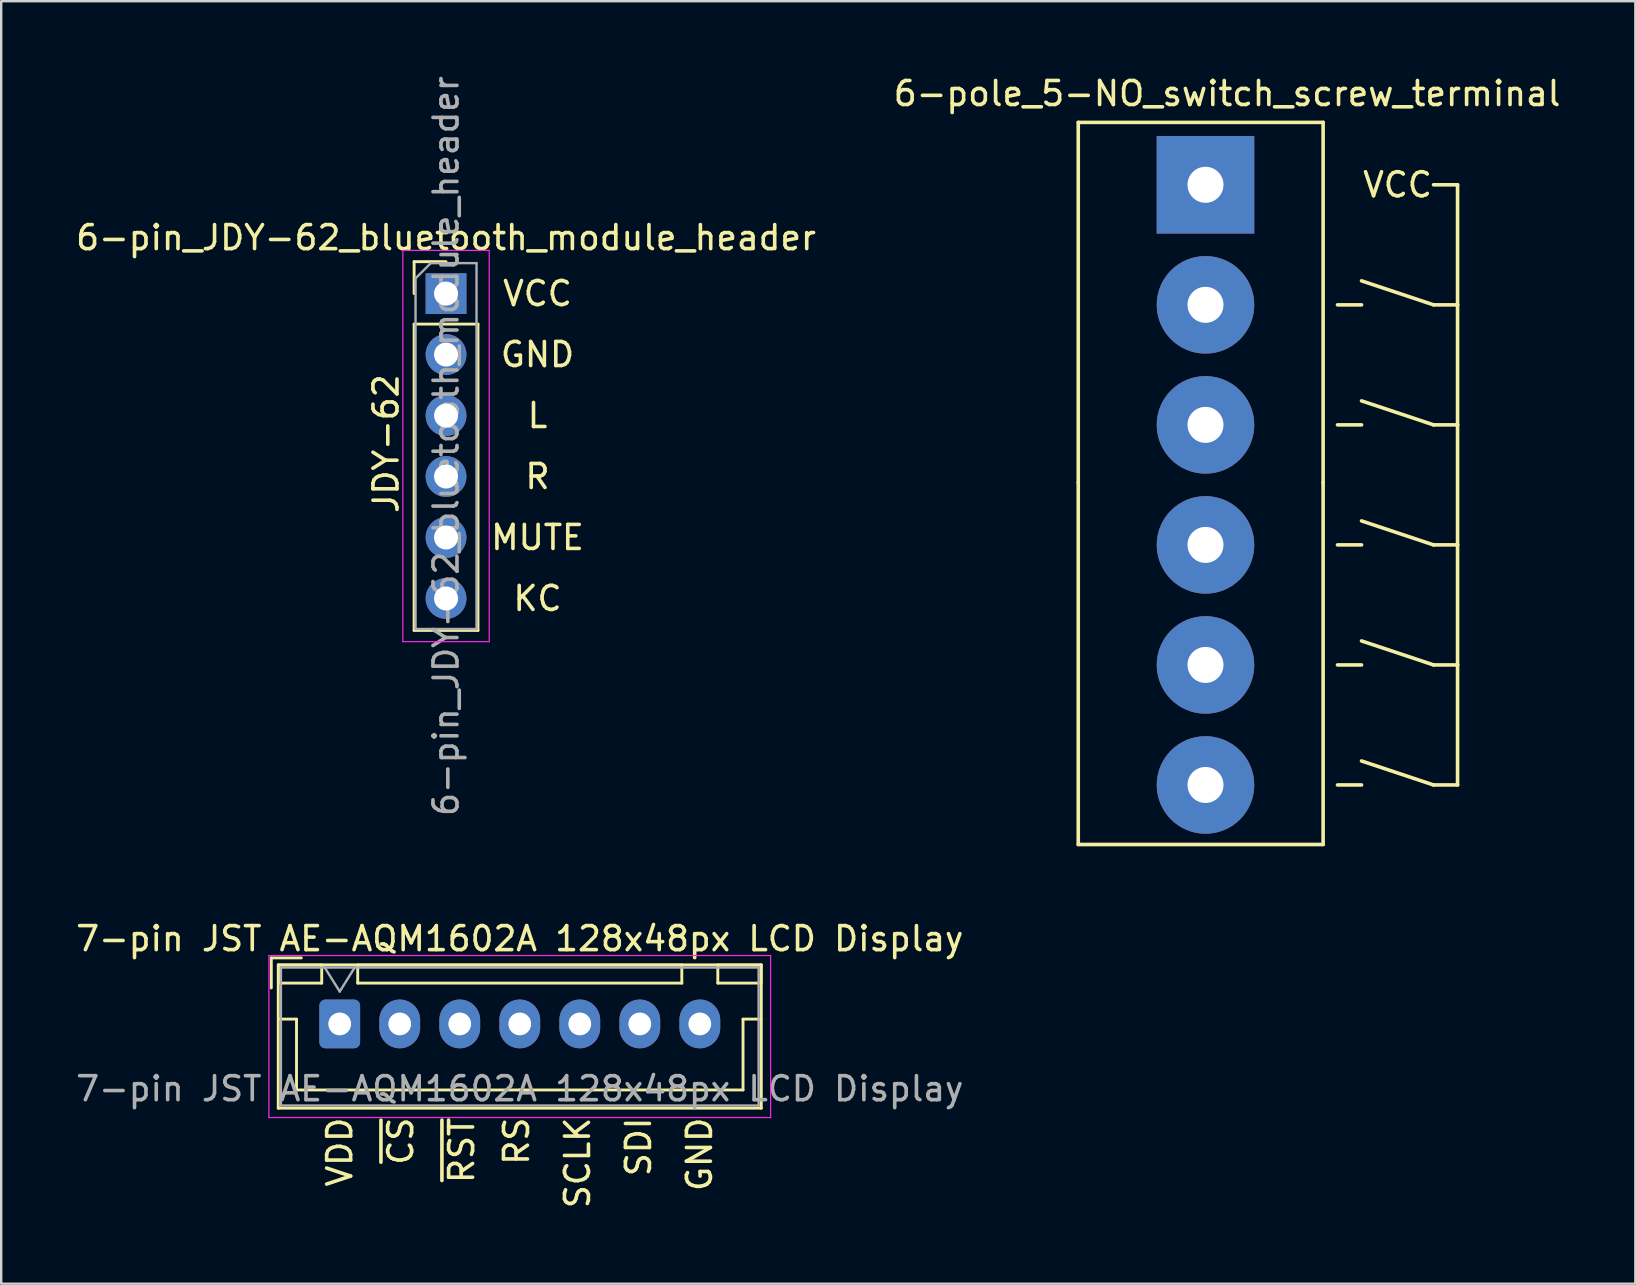
<source format=kicad_pcb>
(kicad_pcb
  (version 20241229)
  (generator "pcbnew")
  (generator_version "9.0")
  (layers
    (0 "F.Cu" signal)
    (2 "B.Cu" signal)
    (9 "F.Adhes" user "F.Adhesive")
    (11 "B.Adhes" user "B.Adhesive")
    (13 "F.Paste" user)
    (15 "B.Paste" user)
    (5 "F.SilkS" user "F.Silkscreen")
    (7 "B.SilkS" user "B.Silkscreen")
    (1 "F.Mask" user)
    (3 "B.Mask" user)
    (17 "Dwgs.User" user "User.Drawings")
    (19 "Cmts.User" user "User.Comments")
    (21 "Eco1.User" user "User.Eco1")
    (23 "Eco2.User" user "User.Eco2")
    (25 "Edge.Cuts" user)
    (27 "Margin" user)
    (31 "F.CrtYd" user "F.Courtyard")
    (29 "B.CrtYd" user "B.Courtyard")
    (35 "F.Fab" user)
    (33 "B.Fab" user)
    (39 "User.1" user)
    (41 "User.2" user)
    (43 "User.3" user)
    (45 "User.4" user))
  (footprint "6-pole_5-NO_switch_screw_terminal"
    (layer "F.Cu")
    (at 47.165 4.648)
    (property "Reference" "6-pole_5-NO_switch_screw_terminal" (at 0.9 -3.8 0) (layer "F.SilkS") (effects (font (size 1 1) (thickness 0.15))))
    (attr through_hole)
    (fp_line (start -5.3 -2.6) (end 4.9 -2.6) (stroke (width 0.15) (type solid)) (layer "F.SilkS"))
    (fp_line (start -5.3 12.4) (end -5.3 -2.6) (stroke (width 0.15) (type solid)) (layer "F.SilkS"))
    (fp_line (start -5.3 12.4) (end -5.3 27.48) (stroke (width 0.15) (type solid)) (layer "F.SilkS"))
    (fp_line (start 4.9 -2.6) (end 4.9 12.4) (stroke (width 0.15) (type solid)) (layer "F.SilkS"))
    (fp_line (start 4.9 27.48) (end -5.3 27.48) (stroke (width 0.15) (type solid)) (layer "F.SilkS"))
    (fp_line (start 4.9 27.48) (end 4.9 12.4) (stroke (width 0.15) (type solid)) (layer "F.SilkS"))
    (fp_line (start 5.5 5) (end 6.5 5) (stroke (width 0.15) (type solid)) (layer "F.SilkS"))
    (fp_line (start 5.5 10) (end 6.5 10) (stroke (width 0.15) (type solid)) (layer "F.SilkS"))
    (fp_line (start 5.5 15) (end 6.5 15) (stroke (width 0.15) (type solid)) (layer "F.SilkS"))
    (fp_line (start 5.5 20) (end 6.5 20) (stroke (width 0.15) (type solid)) (layer "F.SilkS"))
    (fp_line (start 5.5 25) (end 6.5 25) (stroke (width 0.15) (type solid)) (layer "F.SilkS"))
    (fp_line (start 6.5 4) (end 9.5 5) (stroke (width 0.15) (type solid)) (layer "F.SilkS"))
    (fp_line (start 6.5 9) (end 9.5 10) (stroke (width 0.15) (type solid)) (layer "F.SilkS"))
    (fp_line (start 6.5 14) (end 9.5 15) (stroke (width 0.15) (type solid)) (layer "F.SilkS"))
    (fp_line (start 6.5 19) (end 9.5 20) (stroke (width 0.15) (type solid)) (layer "F.SilkS"))
    (fp_line (start 6.5 24) (end 9.5 25) (stroke (width 0.15) (type solid)) (layer "F.SilkS"))
    (fp_line (start 9.5 5) (end 10.5 5) (stroke (width 0.15) (type solid)) (layer "F.SilkS"))
    (fp_line (start 9.5 10) (end 10.5 10) (stroke (width 0.15) (type solid)) (layer "F.SilkS"))
    (fp_line (start 9.5 15) (end 10.5 15) (stroke (width 0.15) (type solid)) (layer "F.SilkS"))
    (fp_line (start 9.5 20) (end 10.5 20) (stroke (width 0.15) (type solid)) (layer "F.SilkS"))
    (fp_line (start 9.5 25) (end 10.5 25) (stroke (width 0.15) (type solid)) (layer "F.SilkS"))
    (fp_line (start 10.5 0) (end 9.5 0) (stroke (width 0.15) (type solid)) (layer "F.SilkS"))
    (fp_line (start 10.5 5) (end 10.5 0) (stroke (width 0.15) (type solid)) (layer "F.SilkS"))
    (fp_line (start 10.5 10) (end 10.5 5) (stroke (width 0.15) (type solid)) (layer "F.SilkS"))
    (fp_line (start 10.5 15) (end 10.5 10) (stroke (width 0.15) (type solid)) (layer "F.SilkS"))
    (fp_line (start 10.5 20) (end 10.5 15) (stroke (width 0.15) (type solid)) (layer "F.SilkS"))
    (fp_line (start 10.5 25) (end 10.5 20) (stroke (width 0.15) (type solid)) (layer "F.SilkS"))
    (fp_text user "VCC" (at 8 0 0) (layer "F.SilkS") (effects (font (size 1 1) (thickness 0.15))))
    (pad "1" thru_hole rect (at 0 0) (size 4.064 4.064) (drill 1.5) (layers "*.Cu" "*.Mask"))
    (pad "2" thru_hole circle (at 0 5) (size 4.064 4.064) (drill 1.5) (layers "*.Cu" "*.Mask"))
    (pad "3" thru_hole circle (at 0 10) (size 4.064 4.064) (drill 1.5) (layers "*.Cu" "*.Mask"))
    (pad "4" thru_hole circle (at 0 15) (size 4.064 4.064) (drill 1.5) (layers "*.Cu" "*.Mask"))
    (pad "5" thru_hole circle (at 0 20) (size 4.064 4.064) (drill 1.5) (layers "*.Cu" "*.Mask"))
    (pad "6" thru_hole circle (at 0 25) (size 4.064 4.064) (drill 1.5) (layers "*.Cu" "*.Mask")))
  (footprint "7-pin JST AE-AQM1602A 128x48px LCD Display"
    (layer "F.Cu")
    (at 11.101 39.602)
    (property "Reference" "7-pin JST AE-AQM1602A 128x48px LCD Display" (at 7.5 -3.55 0) (layer "F.SilkS") (effects (font (size 1 1) (thickness 0.15))))
    (attr through_hole)
    (fp_line (start -2.85 -2.75) (end -2.85 -1.5) (stroke (width 0.12) (type solid)) (layer "F.SilkS"))
    (fp_line (start -2.56 -2.46) (end -2.56 3.51) (stroke (width 0.12) (type solid)) (layer "F.SilkS"))
    (fp_line (start -2.56 3.51) (end 17.56 3.51) (stroke (width 0.12) (type solid)) (layer "F.SilkS"))
    (fp_line (start -2.55 -2.45) (end -2.55 -1.7) (stroke (width 0.12) (type solid)) (layer "F.SilkS"))
    (fp_line (start -2.55 -1.7) (end -0.75 -1.7) (stroke (width 0.12) (type solid)) (layer "F.SilkS"))
    (fp_line (start -2.55 -0.2) (end -1.8 -0.2) (stroke (width 0.12) (type solid)) (layer "F.SilkS"))
    (fp_line (start -1.8 -0.2) (end -1.8 2.75) (stroke (width 0.12) (type solid)) (layer "F.SilkS"))
    (fp_line (start -1.8 2.75) (end 7.5 2.75) (stroke (width 0.12) (type solid)) (layer "F.SilkS"))
    (fp_line (start -1.6 -2.75) (end -2.85 -2.75) (stroke (width 0.12) (type solid)) (layer "F.SilkS"))
    (fp_line (start -0.75 -2.45) (end -2.55 -2.45) (stroke (width 0.12) (type solid)) (layer "F.SilkS"))
    (fp_line (start -0.75 -1.7) (end -0.75 -2.45) (stroke (width 0.12) (type solid)) (layer "F.SilkS"))
    (fp_line (start 0.75 -2.45) (end 0.75 -1.7) (stroke (width 0.12) (type solid)) (layer "F.SilkS"))
    (fp_line (start 0.75 -1.7) (end 14.25 -1.7) (stroke (width 0.12) (type solid)) (layer "F.SilkS"))
    (fp_line (start 14.25 -2.45) (end 0.75 -2.45) (stroke (width 0.12) (type solid)) (layer "F.SilkS"))
    (fp_line (start 14.25 -1.7) (end 14.25 -2.45) (stroke (width 0.12) (type solid)) (layer "F.SilkS"))
    (fp_line (start 15.75 -2.45) (end 15.75 -1.7) (stroke (width 0.12) (type solid)) (layer "F.SilkS"))
    (fp_line (start 15.75 -1.7) (end 17.55 -1.7) (stroke (width 0.12) (type solid)) (layer "F.SilkS"))
    (fp_line (start 16.8 -0.2) (end 16.8 2.75) (stroke (width 0.12) (type solid)) (layer "F.SilkS"))
    (fp_line (start 16.8 2.75) (end 7.5 2.75) (stroke (width 0.12) (type solid)) (layer "F.SilkS"))
    (fp_line (start 17.55 -2.45) (end 15.75 -2.45) (stroke (width 0.12) (type solid)) (layer "F.SilkS"))
    (fp_line (start 17.55 -1.7) (end 17.55 -2.45) (stroke (width 0.12) (type solid)) (layer "F.SilkS"))
    (fp_line (start 17.55 -0.2) (end 16.8 -0.2) (stroke (width 0.12) (type solid)) (layer "F.SilkS"))
    (fp_line (start 17.56 -2.46) (end -2.56 -2.46) (stroke (width 0.12) (type solid)) (layer "F.SilkS"))
    (fp_line (start 17.56 3.51) (end 17.56 -2.46) (stroke (width 0.12) (type solid)) (layer "F.SilkS"))
    (fp_line (start -2.95 -2.85) (end -2.95 3.9) (stroke (width 0.05) (type solid)) (layer "F.CrtYd"))
    (fp_line (start -2.95 3.9) (end 17.95 3.9) (stroke (width 0.05) (type solid)) (layer "F.CrtYd"))
    (fp_line (start 17.95 -2.85) (end -2.95 -2.85) (stroke (width 0.05) (type solid)) (layer "F.CrtYd"))
    (fp_line (start 17.95 3.9) (end 17.95 -2.85) (stroke (width 0.05) (type solid)) (layer "F.CrtYd"))
    (fp_line (start -2.45 -2.35) (end -2.45 3.4) (stroke (width 0.1) (type solid)) (layer "F.Fab"))
    (fp_line (start -2.45 3.4) (end 17.45 3.4) (stroke (width 0.1) (type solid)) (layer "F.Fab"))
    (fp_line (start -0.625 -2.35) (end 0 -1.35) (stroke (width 0.1) (type solid)) (layer "F.Fab"))
    (fp_line (start 0 -1.35) (end 0.625 -2.35) (stroke (width 0.1) (type solid)) (layer "F.Fab"))
    (fp_line (start 17.45 -2.35) (end -2.45 -2.35) (stroke (width 0.1) (type solid)) (layer "F.Fab"))
    (fp_line (start 17.45 3.4) (end 17.45 -2.35) (stroke (width 0.1) (type solid)) (layer "F.Fab"))
    (fp_text user "SDI" (at 12.446 3.81 90) (unlocked yes) (layer "F.SilkS") (effects (font (size 1 1) (thickness 0.15)) (justify right)))
    (fp_text user "~{RST}" (at 5.08 3.81 90) (unlocked yes) (layer "F.SilkS") (effects (font (size 1 1) (thickness 0.15)) (justify right)))
    (fp_text user "GND" (at 14.986 3.81 90) (unlocked yes) (layer "F.SilkS") (effects (font (size 1 1) (thickness 0.15)) (justify right)))
    (fp_text user "SCLK" (at 9.906 3.81 90) (unlocked yes) (layer "F.SilkS") (effects (font (size 1 1) (thickness 0.15)) (justify right)))
    (fp_text user "~{CS}" (at 2.54 3.81 90) (unlocked yes) (layer "F.SilkS") (effects (font (size 1 1) (thickness 0.15)) (justify right)))
    (fp_text user "RS" (at 7.366 3.81 90) (unlocked yes) (layer "F.SilkS") (effects (font (size 1 1) (thickness 0.15)) (justify right)))
    (fp_text user "VDD" (at 0 3.81 90) (unlocked yes) (layer "F.SilkS") (effects (font (size 1 1) (thickness 0.15)) (justify right)))
    (fp_text user "${REFERENCE}" (at 7.5 2.7 0) (layer "F.Fab") (effects (font (size 1 1) (thickness 0.15))))
    (pad "1" thru_hole roundrect (at 0 0) (size 1.7 2.032) (drill 0.95) (layers "*.Cu" "*.Mask") (roundrect_rratio 0.147))
    (pad "2" thru_hole oval (at 2.5 0) (size 1.7 2.032) (drill 0.95) (layers "*.Cu" "*.Mask"))
    (pad "3" thru_hole oval (at 5 0) (size 1.7 2.032) (drill 0.95) (layers "*.Cu" "*.Mask"))
    (pad "4" thru_hole oval (at 7.5 0) (size 1.7 2.032) (drill 0.95) (layers "*.Cu" "*.Mask"))
    (pad "5" thru_hole oval (at 10 0) (size 1.7 2.032) (drill 0.95) (layers "*.Cu" "*.Mask"))
    (pad "6" thru_hole oval (at 12.5 0) (size 1.7 2.032) (drill 0.95) (layers "*.Cu" "*.Mask"))
    (pad "7" thru_hole oval (at 15 0) (size 1.7 2.032) (drill 0.95) (layers "*.Cu" "*.Mask")))
  (footprint "6-pin_JDY-62_bluetooth_module_header"
    (layer "F.Cu")
    (at 15.53 9.18)
    (property "Reference" "6-pin_JDY-62_bluetooth_module_header" (at 0 -2.33 0) (layer "F.SilkS") (effects (font (size 1 1) (thickness 0.15))))
    (attr through_hole)
    (fp_line (start -1.33 -1.33) (end 0 -1.33) (stroke (width 0.12) (type solid)) (layer "F.SilkS"))
    (fp_line (start -1.33 0) (end -1.33 -1.33) (stroke (width 0.12) (type solid)) (layer "F.SilkS"))
    (fp_line (start -1.33 1.27) (end -1.33 14.03) (stroke (width 0.12) (type solid)) (layer "F.SilkS"))
    (fp_line (start -1.33 1.27) (end 1.33 1.27) (stroke (width 0.12) (type solid)) (layer "F.SilkS"))
    (fp_line (start -1.33 14.03) (end 1.33 14.03) (stroke (width 0.12) (type solid)) (layer "F.SilkS"))
    (fp_line (start 1.33 1.27) (end 1.33 14.03) (stroke (width 0.12) (type solid)) (layer "F.SilkS"))
    (fp_line (start -1.8 -1.8) (end -1.8 14.5) (stroke (width 0.05) (type solid)) (layer "F.CrtYd"))
    (fp_line (start -1.8 14.5) (end 1.8 14.5) (stroke (width 0.05) (type solid)) (layer "F.CrtYd"))
    (fp_line (start 1.8 -1.8) (end -1.8 -1.8) (stroke (width 0.05) (type solid)) (layer "F.CrtYd"))
    (fp_line (start 1.8 14.5) (end 1.8 -1.8) (stroke (width 0.05) (type solid)) (layer "F.CrtYd"))
    (fp_line (start -1.27 -0.635) (end -0.635 -1.27) (stroke (width 0.1) (type solid)) (layer "F.Fab"))
    (fp_line (start -1.27 13.97) (end -1.27 -0.635) (stroke (width 0.1) (type solid)) (layer "F.Fab"))
    (fp_line (start -0.635 -1.27) (end 1.27 -1.27) (stroke (width 0.1) (type solid)) (layer "F.Fab"))
    (fp_line (start 1.27 -1.27) (end 1.27 13.97) (stroke (width 0.1) (type solid)) (layer "F.Fab"))
    (fp_line (start 1.27 13.97) (end -1.27 13.97) (stroke (width 0.1) (type solid)) (layer "F.Fab"))
    (fp_text user "GND" (at 3.81 2.54 0) (layer "F.SilkS") (effects (font (size 1 1) (thickness 0.15))))
    (fp_text user "VCC" (at 3.81 0 0) (layer "F.SilkS") (effects (font (size 1 1) (thickness 0.15))))
    (fp_text user "MUTE" (at 3.81 10.16 0) (layer "F.SilkS") (effects (font (size 1 1) (thickness 0.15))))
    (fp_text user "JDY-62" (at -2.5 6.25 90) (layer "F.SilkS") (effects (font (size 1 1) (thickness 0.15))))
    (fp_text user "R" (at 3.81 7.62 0) (layer "F.SilkS") (effects (font (size 1 1) (thickness 0.15))))
    (fp_text user "L" (at 3.81 5.08 0) (layer "F.SilkS") (effects (font (size 1 1) (thickness 0.15))))
    (fp_text user "KC" (at 3.81 12.7 0) (layer "F.SilkS") (effects (font (size 1 1) (thickness 0.15))))
    (fp_text user "${REFERENCE}" (at 0 6.35 90) (layer "F.Fab") (effects (font (size 1 1) (thickness 0.15))))
    (pad "1" thru_hole rect (at 0 0) (size 1.7 1.7) (drill 1) (layers "*.Cu" "*.Mask"))
    (pad "2" thru_hole oval (at 0 2.54) (size 1.7 1.7) (drill 1) (layers "*.Cu" "*.Mask"))
    (pad "3" thru_hole oval (at 0 5.08) (size 1.7 1.7) (drill 1) (layers "*.Cu" "*.Mask"))
    (pad "4" thru_hole oval (at 0 7.62) (size 1.7 1.7) (drill 1) (layers "*.Cu" "*.Mask"))
    (pad "5" thru_hole oval (at 0 10.16) (size 1.7 1.7) (drill 1) (layers "*.Cu" "*.Mask"))
    (pad "6" thru_hole oval (at 0 12.7) (size 1.7 1.7) (drill 1) (layers "*.Cu" "*.Mask")))
  (gr_rect
    (start -3 -3)
    (end 65.071 50.423)
    (stroke (width 0.1) (type default))
    (fill no)
    (layer "Edge.Cuts")))
</source>
